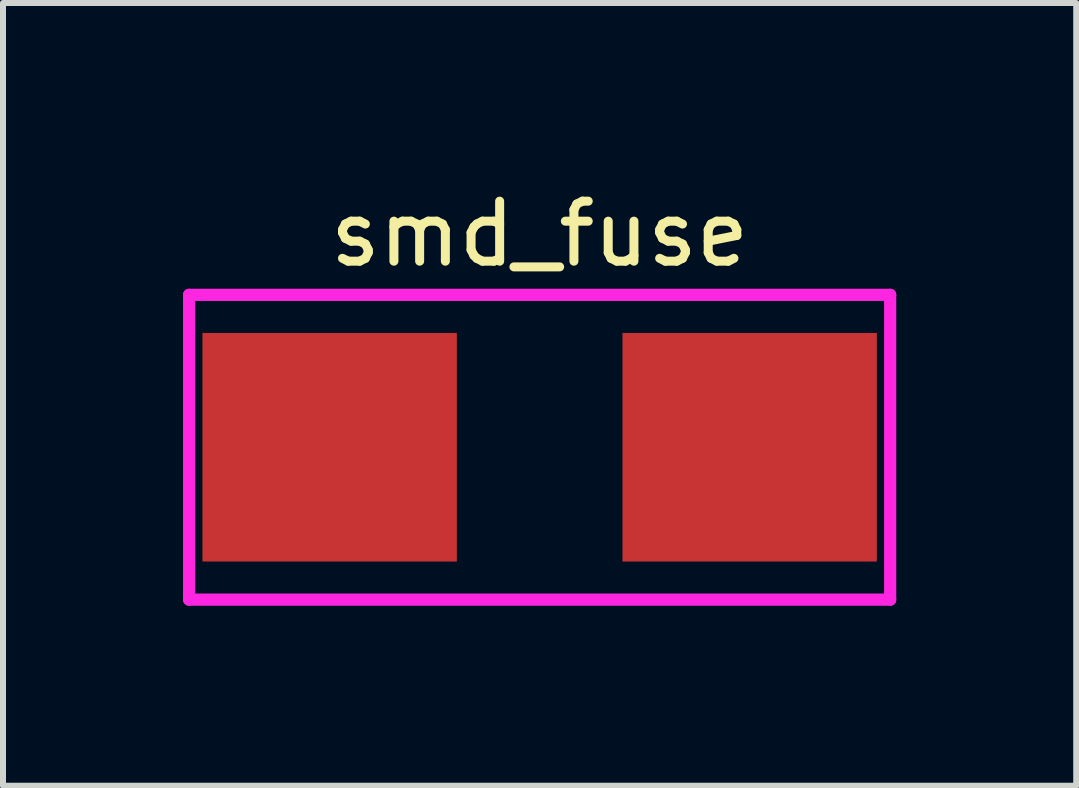
<source format=kicad_pcb>
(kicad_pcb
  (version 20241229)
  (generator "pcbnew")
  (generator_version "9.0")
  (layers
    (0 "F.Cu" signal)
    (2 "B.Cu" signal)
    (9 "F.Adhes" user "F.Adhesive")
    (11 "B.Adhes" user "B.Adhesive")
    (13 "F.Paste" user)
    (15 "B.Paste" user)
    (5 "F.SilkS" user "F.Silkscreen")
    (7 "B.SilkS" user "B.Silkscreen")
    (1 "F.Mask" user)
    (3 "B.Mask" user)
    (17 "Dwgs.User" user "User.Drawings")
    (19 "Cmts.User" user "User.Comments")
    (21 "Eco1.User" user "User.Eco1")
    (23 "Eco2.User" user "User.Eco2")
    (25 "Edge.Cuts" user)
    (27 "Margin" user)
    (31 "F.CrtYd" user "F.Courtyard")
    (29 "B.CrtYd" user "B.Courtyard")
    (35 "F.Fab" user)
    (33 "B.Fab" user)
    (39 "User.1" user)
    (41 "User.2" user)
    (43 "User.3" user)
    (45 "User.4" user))
  (footprint "smd_fuse"
    (layer "F.Cu")
    (at 5.944 4.404)
    (property "Reference" "smd_fuse" (at 0 -3.556 180) (layer "F.SilkS") (effects (font (size 1 1) (thickness 0.15))))
    (attr smd)
    (fp_line (start -5.842 -2.54) (end -5.842 2.54) (stroke (width 0.203) (type solid)) (layer "F.CrtYd"))
    (fp_line (start -5.842 -2.54) (end 5.842 -2.54) (stroke (width 0.203) (type solid)) (layer "F.CrtYd"))
    (fp_line (start -5.842 2.54) (end 5.842 2.54) (stroke (width 0.203) (type solid)) (layer "F.CrtYd"))
    (fp_line (start 5.842 -2.54) (end 5.842 2.54) (stroke (width 0.203) (type solid)) (layer "F.CrtYd"))
    (pad "1" smd rect (at -3.5 0) (size 4.24 3.81) (layers "F.Cu" "F.Mask" "F.Paste"))
    (pad "2" smd rect (at 3.5 0) (size 4.24 3.81) (layers "F.Cu" "F.Mask" "F.Paste")))
  (gr_rect
    (start -3 -3)
    (end 14.887 10.046)
    (stroke (width 0.1) (type default))
    (fill no)
    (layer "Edge.Cuts")))
</source>
